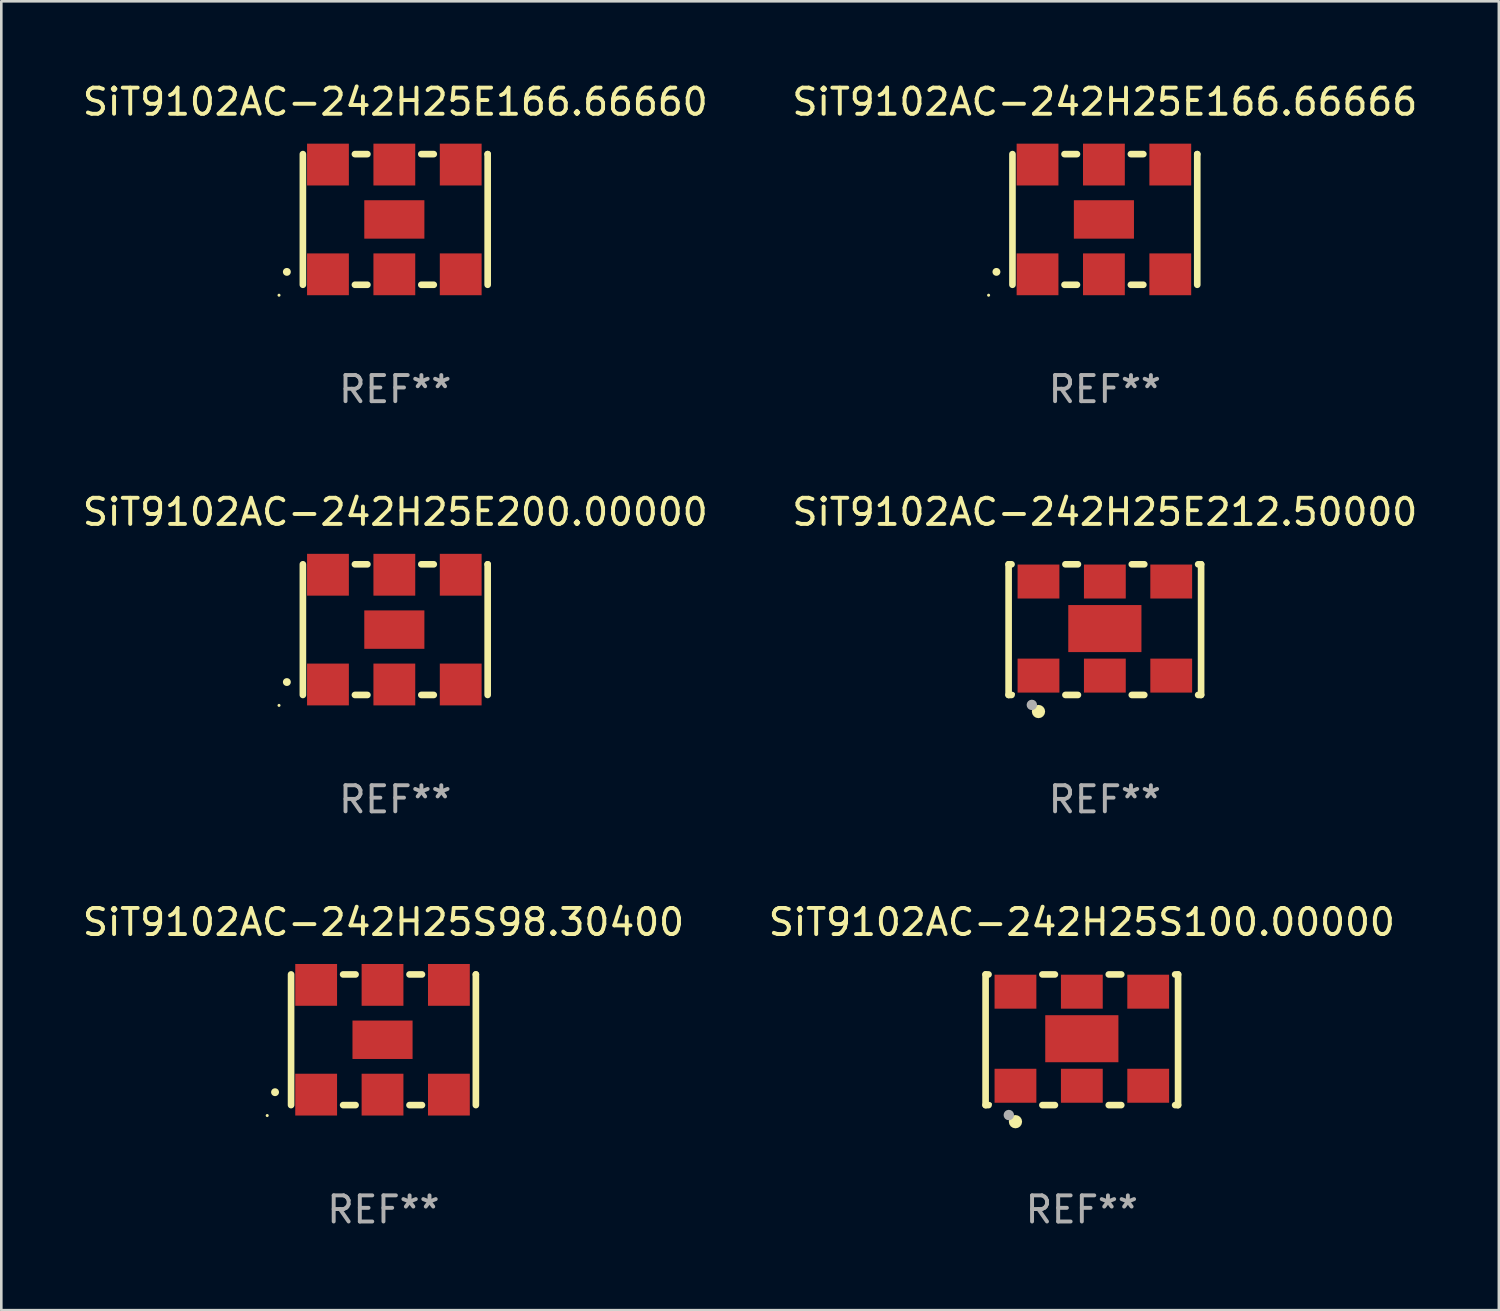
<source format=kicad_pcb>
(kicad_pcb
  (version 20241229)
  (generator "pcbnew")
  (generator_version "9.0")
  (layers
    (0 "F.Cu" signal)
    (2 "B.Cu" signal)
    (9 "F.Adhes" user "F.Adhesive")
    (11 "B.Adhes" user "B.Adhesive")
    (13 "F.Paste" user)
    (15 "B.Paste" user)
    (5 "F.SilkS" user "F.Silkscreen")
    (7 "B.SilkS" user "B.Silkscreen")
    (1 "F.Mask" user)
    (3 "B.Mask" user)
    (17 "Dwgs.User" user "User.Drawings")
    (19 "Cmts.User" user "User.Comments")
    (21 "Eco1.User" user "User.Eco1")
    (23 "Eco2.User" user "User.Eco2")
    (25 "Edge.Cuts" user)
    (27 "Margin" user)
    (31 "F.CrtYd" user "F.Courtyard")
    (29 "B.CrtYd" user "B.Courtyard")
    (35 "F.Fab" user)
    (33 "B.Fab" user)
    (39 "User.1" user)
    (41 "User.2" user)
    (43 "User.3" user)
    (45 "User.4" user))
  (footprint "SiT9102AC-242H25E166.66666"
    (layer "F.Cu")
    (at 39.232 5.348)
    (property "Reference" "SiT9102AC-242H25E166.66666" (at 0 -4.5 0) (layer "F.SilkS") (effects (font (size 1 1) (thickness 0.15))))
    (attr through_hole)
    (fp_line (start -3.536 -2.5) (end -3.536 2.5) (stroke (width 0.254) (type solid)) (layer "F.SilkS"))
    (fp_line (start -1.544 2.5) (end -1.067 2.5) (stroke (width 0.254) (type solid)) (layer "F.SilkS"))
    (fp_line (start -1.067 -2.5) (end -1.544 -2.5) (stroke (width 0.254) (type solid)) (layer "F.SilkS"))
    (fp_line (start 0.996 2.5) (end 1.473 2.5) (stroke (width 0.254) (type solid)) (layer "F.SilkS"))
    (fp_line (start 1.473 -2.5) (end 0.996 -2.5) (stroke (width 0.254) (type solid)) (layer "F.SilkS"))
    (fp_line (start 3.536 -2.5) (end 3.536 -2.5) (stroke (width 0.254) (type solid)) (layer "F.SilkS"))
    (fp_line (start 3.536 2.5) (end 3.536 -2.5) (stroke (width 0.254) (type solid)) (layer "F.SilkS"))
    (fp_arc (start -4.150432 2.006604) (mid -4.149162 2.006599) (end -4.147892 2.006604) (stroke (width 0.3) (type solid)) (layer "F.SilkS"))
    (fp_circle (center -4.449 2.9) (end -4.419 2.9) (stroke (width 0.06) (type solid)) (fill no) (layer "F.SilkS"))
    (fp_text user "REF**" (at 0 6.5 0) (layer "F.Fab") (effects (font (size 1 1) (thickness 0.15))))
    (pad "1" smd rect (at -2.576 2.1) (size 1.6 1.6) (layers "F.Cu" "F.Mask" "F.Paste"))
    (pad "2" smd rect (at -0.036 2.1) (size 1.6 1.6) (layers "F.Cu" "F.Mask" "F.Paste"))
    (pad "3" smd rect (at 2.504 2.1) (size 1.6 1.6) (layers "F.Cu" "F.Mask" "F.Paste"))
    (pad "4" smd rect (at 2.504 -2.1) (size 1.6 1.6) (layers "F.Cu" "F.Mask" "F.Paste"))
    (pad "5" smd rect (at -0.036 -2.1) (size 1.6 1.6) (layers "F.Cu" "F.Mask" "F.Paste"))
    (pad "6" smd rect (at -2.576 -2.1) (size 1.6 1.6) (layers "F.Cu" "F.Mask" "F.Paste"))
    (pad "7" smd rect (at -0.036 0) (size 2.3 1.47) (layers "F.Cu" "F.Mask" "F.Paste")))
  (footprint "SiT9102AC-242H25S100.00000"
    (layer "F.Cu")
    (at 38.351 36.741)
    (property "Reference" "SiT9102AC-242H25S100.00000" (at 0 -4.5 0) (layer "F.SilkS") (effects (font (size 1 1) (thickness 0.15))))
    (attr through_hole)
    (fp_line (start -3.683 -2.5) (end -3.571 -2.5) (stroke (width 0.254) (type solid)) (layer "F.SilkS"))
    (fp_line (start -3.683 2.5) (end -3.683 -2.5) (stroke (width 0.254) (type solid)) (layer "F.SilkS"))
    (fp_line (start -3.683 2.5) (end -3.571 2.5) (stroke (width 0.254) (type solid)) (layer "F.SilkS"))
    (fp_line (start -1.509 -2.5) (end -1.031 -2.5) (stroke (width 0.254) (type solid)) (layer "F.SilkS"))
    (fp_line (start -1.509 2.5) (end -1.031 2.5) (stroke (width 0.254) (type solid)) (layer "F.SilkS"))
    (fp_line (start 1.031 -2.5) (end 1.509 -2.5) (stroke (width 0.254) (type solid)) (layer "F.SilkS"))
    (fp_line (start 1.031 2.5) (end 1.509 2.5) (stroke (width 0.254) (type solid)) (layer "F.SilkS"))
    (fp_line (start 3.571 -2.5) (end 3.683 -2.5) (stroke (width 0.254) (type solid)) (layer "F.SilkS"))
    (fp_line (start 3.571 2.5) (end 3.683 2.5) (stroke (width 0.254) (type solid)) (layer "F.SilkS"))
    (fp_line (start 3.683 2.5) (end 3.683 -2.5) (stroke (width 0.254) (type solid)) (layer "F.SilkS"))
    (fp_circle (center -3.5 2.46) (end -3.47 2.46) (stroke (width 0.06) (type solid)) (fill no) (layer "F.SilkS"))
    (fp_circle (center -2.54 3.135) (end -2.413 3.135) (stroke (width 0.254) (type solid)) (fill no) (layer "F.SilkS"))
    (fp_circle (center -2.794 2.881) (end -2.694 2.881) (stroke (width 0.2) (type solid)) (fill no) (layer "F.Fab"))
    (fp_text user "REF**" (at 0 6.5 0) (layer "F.Fab") (effects (font (size 1 1) (thickness 0.15))))
    (pad "1" smd rect (at -2.54 1.76) (size 1.6 1.3) (layers "F.Cu" "F.Mask" "F.Paste"))
    (pad "2" smd rect (at 0 1.76) (size 1.6 1.3) (layers "F.Cu" "F.Mask" "F.Paste"))
    (pad "3" smd rect (at 2.54 1.76) (size 1.6 1.3) (layers "F.Cu" "F.Mask" "F.Paste"))
    (pad "4" smd rect (at 2.54 -1.84) (size 1.6 1.3) (layers "F.Cu" "F.Mask" "F.Paste"))
    (pad "5" smd rect (at 0 -1.84) (size 1.6 1.3) (layers "F.Cu" "F.Mask" "F.Paste"))
    (pad "6" smd rect (at -2.54 -1.84) (size 1.6 1.3) (layers "F.Cu" "F.Mask" "F.Paste"))
    (pad "7" smd rect (at 0 -0.04) (size 2.8 1.8) (layers "F.Cu" "F.Mask" "F.Paste")))
  (footprint "SiT9102AC-242H25E212.50000"
    (layer "F.Cu")
    (at 39.232 21.045)
    (property "Reference" "SiT9102AC-242H25E212.50000" (at 0 -4.5 0) (layer "F.SilkS") (effects (font (size 1 1) (thickness 0.15))))
    (attr through_hole)
    (fp_line (start -3.683 -2.5) (end -3.571 -2.5) (stroke (width 0.254) (type solid)) (layer "F.SilkS"))
    (fp_line (start -3.683 2.5) (end -3.683 -2.5) (stroke (width 0.254) (type solid)) (layer "F.SilkS"))
    (fp_line (start -3.683 2.5) (end -3.571 2.5) (stroke (width 0.254) (type solid)) (layer "F.SilkS"))
    (fp_line (start -1.509 -2.5) (end -1.031 -2.5) (stroke (width 0.254) (type solid)) (layer "F.SilkS"))
    (fp_line (start -1.509 2.5) (end -1.031 2.5) (stroke (width 0.254) (type solid)) (layer "F.SilkS"))
    (fp_line (start 1.031 -2.5) (end 1.509 -2.5) (stroke (width 0.254) (type solid)) (layer "F.SilkS"))
    (fp_line (start 1.031 2.5) (end 1.509 2.5) (stroke (width 0.254) (type solid)) (layer "F.SilkS"))
    (fp_line (start 3.571 -2.5) (end 3.683 -2.5) (stroke (width 0.254) (type solid)) (layer "F.SilkS"))
    (fp_line (start 3.571 2.5) (end 3.683 2.5) (stroke (width 0.254) (type solid)) (layer "F.SilkS"))
    (fp_line (start 3.683 2.5) (end 3.683 -2.5) (stroke (width 0.254) (type solid)) (layer "F.SilkS"))
    (fp_circle (center -3.5 2.46) (end -3.47 2.46) (stroke (width 0.06) (type solid)) (fill no) (layer "F.SilkS"))
    (fp_circle (center -2.54 3.135) (end -2.413 3.135) (stroke (width 0.254) (type solid)) (fill no) (layer "F.SilkS"))
    (fp_circle (center -2.794 2.881) (end -2.694 2.881) (stroke (width 0.2) (type solid)) (fill no) (layer "F.Fab"))
    (fp_text user "REF**" (at 0 6.5 0) (layer "F.Fab") (effects (font (size 1 1) (thickness 0.15))))
    (pad "1" smd rect (at -2.54 1.76) (size 1.6 1.3) (layers "F.Cu" "F.Mask" "F.Paste"))
    (pad "2" smd rect (at 0 1.76) (size 1.6 1.3) (layers "F.Cu" "F.Mask" "F.Paste"))
    (pad "3" smd rect (at 2.54 1.76) (size 1.6 1.3) (layers "F.Cu" "F.Mask" "F.Paste"))
    (pad "4" smd rect (at 2.54 -1.84) (size 1.6 1.3) (layers "F.Cu" "F.Mask" "F.Paste"))
    (pad "5" smd rect (at 0 -1.84) (size 1.6 1.3) (layers "F.Cu" "F.Mask" "F.Paste"))
    (pad "6" smd rect (at -2.54 -1.84) (size 1.6 1.3) (layers "F.Cu" "F.Mask" "F.Paste"))
    (pad "7" smd rect (at 0 -0.04) (size 2.8 1.8) (layers "F.Cu" "F.Mask" "F.Paste")))
  (footprint "SiT9102AC-242H25S98.30400"
    (layer "F.Cu")
    (at 11.625 36.741)
    (property "Reference" "SiT9102AC-242H25S98.30400" (at 0 -4.5 0) (layer "F.SilkS") (effects (font (size 1 1) (thickness 0.15))))
    (attr through_hole)
    (fp_line (start -3.536 -2.5) (end -3.536 2.5) (stroke (width 0.254) (type solid)) (layer "F.SilkS"))
    (fp_line (start -1.544 2.5) (end -1.067 2.5) (stroke (width 0.254) (type solid)) (layer "F.SilkS"))
    (fp_line (start -1.067 -2.5) (end -1.544 -2.5) (stroke (width 0.254) (type solid)) (layer "F.SilkS"))
    (fp_line (start 0.996 2.5) (end 1.473 2.5) (stroke (width 0.254) (type solid)) (layer "F.SilkS"))
    (fp_line (start 1.473 -2.5) (end 0.996 -2.5) (stroke (width 0.254) (type solid)) (layer "F.SilkS"))
    (fp_line (start 3.536 -2.5) (end 3.536 -2.5) (stroke (width 0.254) (type solid)) (layer "F.SilkS"))
    (fp_line (start 3.536 2.5) (end 3.536 -2.5) (stroke (width 0.254) (type solid)) (layer "F.SilkS"))
    (fp_arc (start -4.150432 2.006604) (mid -4.149162 2.006599) (end -4.147892 2.006604) (stroke (width 0.3) (type solid)) (layer "F.SilkS"))
    (fp_circle (center -4.449 2.9) (end -4.419 2.9) (stroke (width 0.06) (type solid)) (fill no) (layer "F.SilkS"))
    (fp_text user "REF**" (at 0 6.5 0) (layer "F.Fab") (effects (font (size 1 1) (thickness 0.15))))
    (pad "1" smd rect (at -2.576 2.1) (size 1.6 1.6) (layers "F.Cu" "F.Mask" "F.Paste"))
    (pad "2" smd rect (at -0.036 2.1) (size 1.6 1.6) (layers "F.Cu" "F.Mask" "F.Paste"))
    (pad "3" smd rect (at 2.504 2.1) (size 1.6 1.6) (layers "F.Cu" "F.Mask" "F.Paste"))
    (pad "4" smd rect (at 2.504 -2.1) (size 1.6 1.6) (layers "F.Cu" "F.Mask" "F.Paste"))
    (pad "5" smd rect (at -0.036 -2.1) (size 1.6 1.6) (layers "F.Cu" "F.Mask" "F.Paste"))
    (pad "6" smd rect (at -2.576 -2.1) (size 1.6 1.6) (layers "F.Cu" "F.Mask" "F.Paste"))
    (pad "7" smd rect (at -0.036 0) (size 2.3 1.47) (layers "F.Cu" "F.Mask" "F.Paste")))
  (footprint "SiT9102AC-242H25E200.00000"
    (layer "F.Cu")
    (at 12.077 21.045)
    (property "Reference" "SiT9102AC-242H25E200.00000" (at 0 -4.5 0) (layer "F.SilkS") (effects (font (size 1 1) (thickness 0.15))))
    (attr through_hole)
    (fp_line (start -3.536 -2.5) (end -3.536 2.5) (stroke (width 0.254) (type solid)) (layer "F.SilkS"))
    (fp_line (start -1.544 2.5) (end -1.067 2.5) (stroke (width 0.254) (type solid)) (layer "F.SilkS"))
    (fp_line (start -1.067 -2.5) (end -1.544 -2.5) (stroke (width 0.254) (type solid)) (layer "F.SilkS"))
    (fp_line (start 0.996 2.5) (end 1.473 2.5) (stroke (width 0.254) (type solid)) (layer "F.SilkS"))
    (fp_line (start 1.473 -2.5) (end 0.996 -2.5) (stroke (width 0.254) (type solid)) (layer "F.SilkS"))
    (fp_line (start 3.536 -2.5) (end 3.536 -2.5) (stroke (width 0.254) (type solid)) (layer "F.SilkS"))
    (fp_line (start 3.536 2.5) (end 3.536 -2.5) (stroke (width 0.254) (type solid)) (layer "F.SilkS"))
    (fp_arc (start -4.150432 2.006604) (mid -4.149162 2.006599) (end -4.147892 2.006604) (stroke (width 0.3) (type solid)) (layer "F.SilkS"))
    (fp_circle (center -4.449 2.9) (end -4.419 2.9) (stroke (width 0.06) (type solid)) (fill no) (layer "F.SilkS"))
    (fp_text user "REF**" (at 0 6.5 0) (layer "F.Fab") (effects (font (size 1 1) (thickness 0.15))))
    (pad "1" smd rect (at -2.576 2.1) (size 1.6 1.6) (layers "F.Cu" "F.Mask" "F.Paste"))
    (pad "2" smd rect (at -0.036 2.1) (size 1.6 1.6) (layers "F.Cu" "F.Mask" "F.Paste"))
    (pad "3" smd rect (at 2.504 2.1) (size 1.6 1.6) (layers "F.Cu" "F.Mask" "F.Paste"))
    (pad "4" smd rect (at 2.504 -2.1) (size 1.6 1.6) (layers "F.Cu" "F.Mask" "F.Paste"))
    (pad "5" smd rect (at -0.036 -2.1) (size 1.6 1.6) (layers "F.Cu" "F.Mask" "F.Paste"))
    (pad "6" smd rect (at -2.576 -2.1) (size 1.6 1.6) (layers "F.Cu" "F.Mask" "F.Paste"))
    (pad "7" smd rect (at -0.036 0) (size 2.3 1.47) (layers "F.Cu" "F.Mask" "F.Paste")))
  (footprint "SiT9102AC-242H25E166.66660"
    (layer "F.Cu")
    (at 12.077 5.348)
    (property "Reference" "SiT9102AC-242H25E166.66660" (at 0 -4.5 0) (layer "F.SilkS") (effects (font (size 1 1) (thickness 0.15))))
    (attr through_hole)
    (fp_line (start -3.536 -2.5) (end -3.536 2.5) (stroke (width 0.254) (type solid)) (layer "F.SilkS"))
    (fp_line (start -1.544 2.5) (end -1.067 2.5) (stroke (width 0.254) (type solid)) (layer "F.SilkS"))
    (fp_line (start -1.067 -2.5) (end -1.544 -2.5) (stroke (width 0.254) (type solid)) (layer "F.SilkS"))
    (fp_line (start 0.996 2.5) (end 1.473 2.5) (stroke (width 0.254) (type solid)) (layer "F.SilkS"))
    (fp_line (start 1.473 -2.5) (end 0.996 -2.5) (stroke (width 0.254) (type solid)) (layer "F.SilkS"))
    (fp_line (start 3.536 -2.5) (end 3.536 -2.5) (stroke (width 0.254) (type solid)) (layer "F.SilkS"))
    (fp_line (start 3.536 2.5) (end 3.536 -2.5) (stroke (width 0.254) (type solid)) (layer "F.SilkS"))
    (fp_arc (start -4.150432 2.006604) (mid -4.149162 2.006599) (end -4.147892 2.006604) (stroke (width 0.3) (type solid)) (layer "F.SilkS"))
    (fp_circle (center -4.449 2.9) (end -4.419 2.9) (stroke (width 0.06) (type solid)) (fill no) (layer "F.SilkS"))
    (fp_text user "REF**" (at 0 6.5 0) (layer "F.Fab") (effects (font (size 1 1) (thickness 0.15))))
    (pad "1" smd rect (at -2.576 2.1) (size 1.6 1.6) (layers "F.Cu" "F.Mask" "F.Paste"))
    (pad "2" smd rect (at -0.036 2.1) (size 1.6 1.6) (layers "F.Cu" "F.Mask" "F.Paste"))
    (pad "3" smd rect (at 2.504 2.1) (size 1.6 1.6) (layers "F.Cu" "F.Mask" "F.Paste"))
    (pad "4" smd rect (at 2.504 -2.1) (size 1.6 1.6) (layers "F.Cu" "F.Mask" "F.Paste"))
    (pad "5" smd rect (at -0.036 -2.1) (size 1.6 1.6) (layers "F.Cu" "F.Mask" "F.Paste"))
    (pad "6" smd rect (at -2.576 -2.1) (size 1.6 1.6) (layers "F.Cu" "F.Mask" "F.Paste"))
    (pad "7" smd rect (at -0.036 0) (size 2.3 1.47) (layers "F.Cu" "F.Mask" "F.Paste")))
  (gr_rect
    (start -3 -3)
    (end 54.31 47.09)
    (stroke (width 0.1) (type default))
    (fill no)
    (layer "Edge.Cuts")))
</source>
